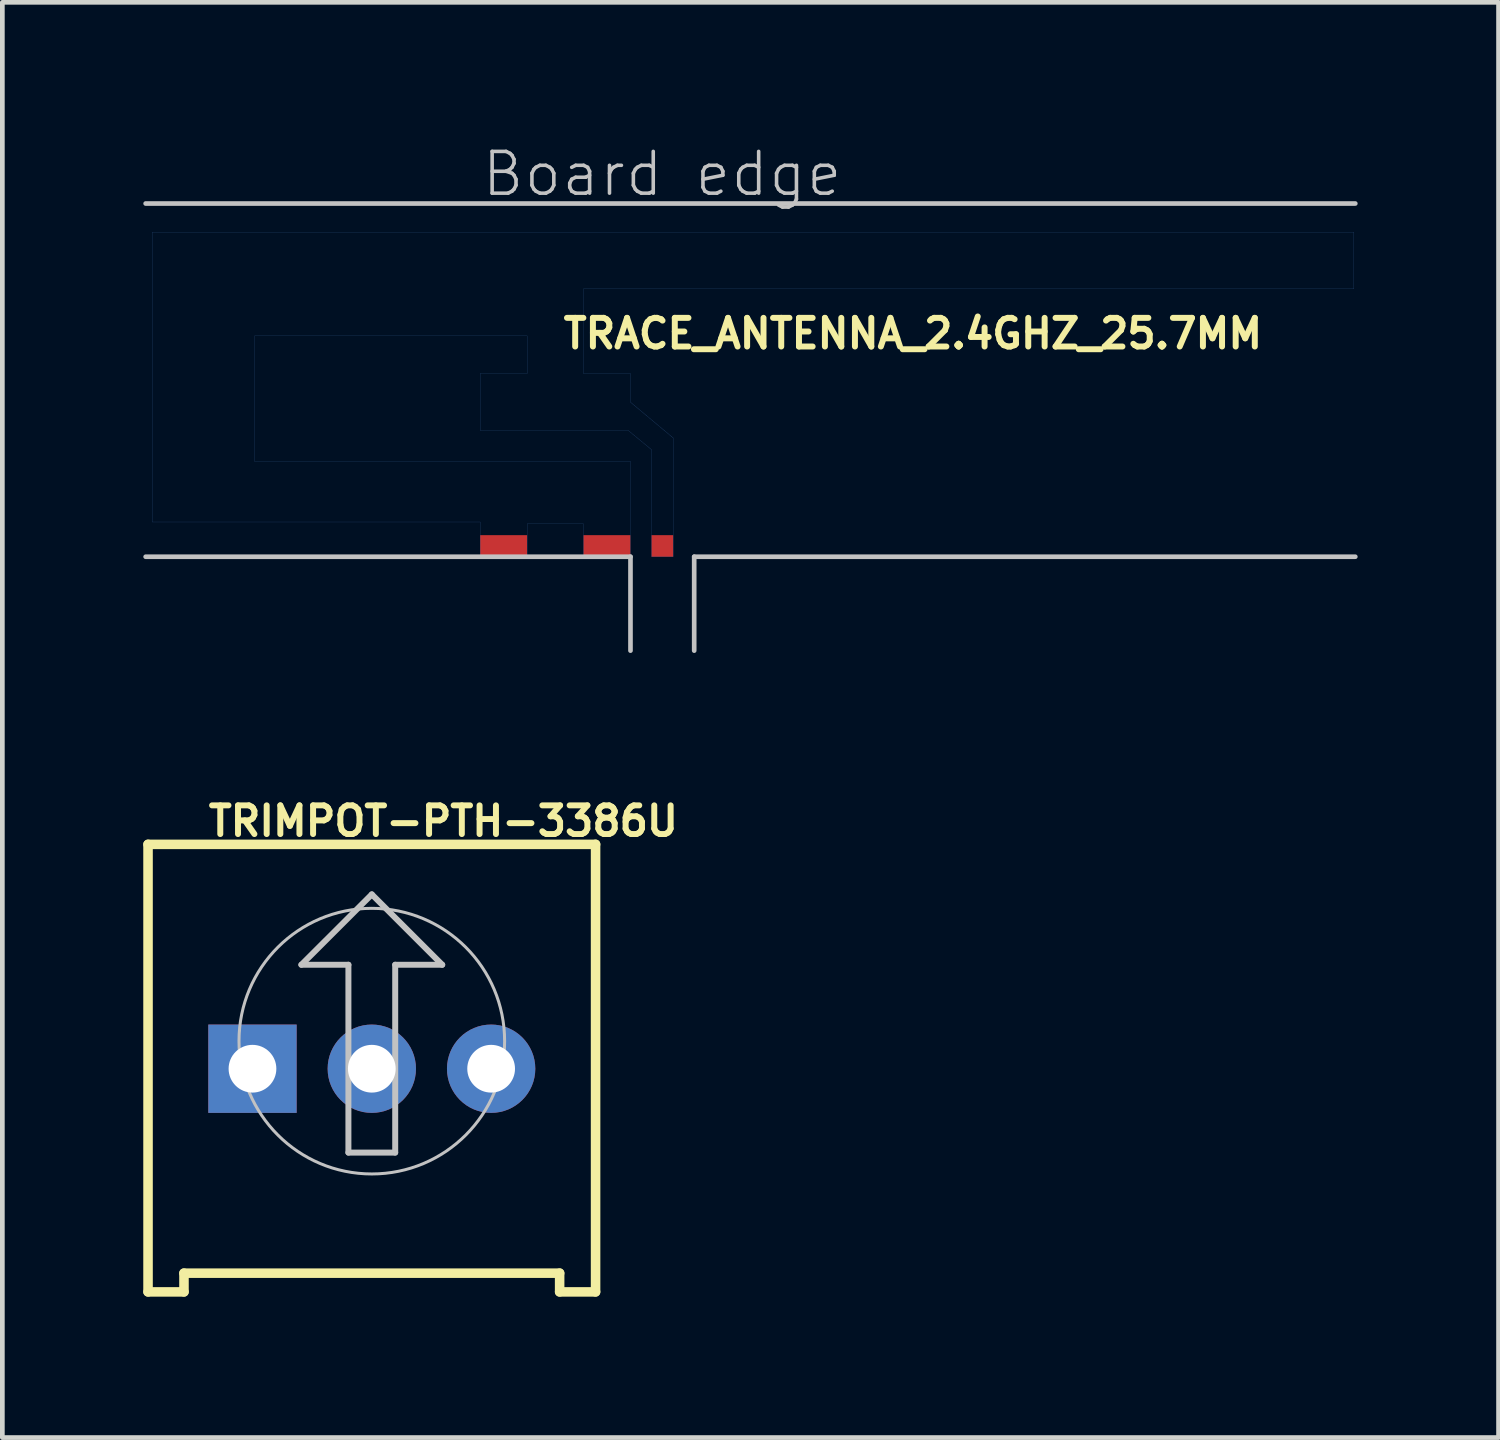
<source format=kicad_pcb>
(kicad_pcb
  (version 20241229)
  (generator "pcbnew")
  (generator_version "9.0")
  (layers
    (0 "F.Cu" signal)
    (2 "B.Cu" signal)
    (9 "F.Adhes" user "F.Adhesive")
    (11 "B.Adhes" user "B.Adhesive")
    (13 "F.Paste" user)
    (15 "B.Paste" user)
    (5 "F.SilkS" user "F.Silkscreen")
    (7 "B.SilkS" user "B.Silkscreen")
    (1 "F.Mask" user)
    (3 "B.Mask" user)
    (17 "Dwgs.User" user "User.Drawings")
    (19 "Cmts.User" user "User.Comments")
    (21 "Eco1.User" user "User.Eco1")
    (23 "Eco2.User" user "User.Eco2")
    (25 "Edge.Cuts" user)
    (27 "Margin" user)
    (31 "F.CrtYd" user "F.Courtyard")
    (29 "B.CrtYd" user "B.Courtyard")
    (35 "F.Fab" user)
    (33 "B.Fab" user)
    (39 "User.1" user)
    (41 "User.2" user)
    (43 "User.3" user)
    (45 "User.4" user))
  (footprint "TRACE_ANTENNA_2.4GHZ_25.7MM"
    (layer "F.Cu")
    (at 11.048 8.8)
    (property "Reference" "TRACE_ANTENNA_2.4GHZ_25.7MM" (at 5.334 -4.75 0) (layer "F.SilkS") (effects (font (size 0.61 0.61) (thickness 0.127))))
    (attr smd)
    (fp_line (start -10.858 -6.909) (end 14.719 -6.909) (stroke (width 0.003) (type solid)) (layer "B.Cu"))
    (fp_line (start -10.858 -0.739) (end -10.858 -6.909) (stroke (width 0.003) (type solid)) (layer "B.Cu"))
    (fp_line (start -8.679 -4.699) (end -8.679 -2.029) (stroke (width 0.003) (type solid)) (layer "B.Cu"))
    (fp_line (start -8.679 -2.029) (end -0.678 -2.029) (stroke (width 0.003) (type solid)) (layer "B.Cu"))
    (fp_line (start -3.879 -3.899) (end -2.878 -3.899) (stroke (width 0.003) (type solid)) (layer "B.Cu"))
    (fp_line (start -3.879 -2.69) (end -3.879 -3.899) (stroke (width 0.003) (type solid)) (layer "B.Cu"))
    (fp_line (start -3.879 -0.739) (end -10.858 -0.739) (stroke (width 0.003) (type solid)) (layer "B.Cu"))
    (fp_line (start -3.879 0) (end -3.879 -0.739) (stroke (width 0.003) (type solid)) (layer "B.Cu"))
    (fp_line (start -2.878 -4.699) (end -8.679 -4.699) (stroke (width 0.003) (type solid)) (layer "B.Cu"))
    (fp_line (start -2.878 -3.899) (end -2.878 -4.699) (stroke (width 0.003) (type solid)) (layer "B.Cu"))
    (fp_line (start -2.878 -0.699) (end -2.878 0) (stroke (width 0.003) (type solid)) (layer "B.Cu"))
    (fp_line (start -2.878 0) (end -3.879 0) (stroke (width 0.003) (type solid)) (layer "B.Cu"))
    (fp_line (start -1.679 -5.7) (end -1.679 -3.899) (stroke (width 0.003) (type solid)) (layer "B.Cu"))
    (fp_line (start -1.679 -3.899) (end -0.678 -3.899) (stroke (width 0.003) (type solid)) (layer "B.Cu"))
    (fp_line (start -1.679 -0.699) (end -2.878 -0.699) (stroke (width 0.003) (type solid)) (layer "B.Cu"))
    (fp_line (start -1.679 0) (end -1.679 -0.699) (stroke (width 0.003) (type solid)) (layer "B.Cu"))
    (fp_line (start -0.729 -2.69) (end -3.879 -2.69) (stroke (width 0.003) (type solid)) (layer "B.Cu"))
    (fp_line (start -0.678 -3.899) (end -0.678 -3.289) (stroke (width 0.003) (type solid)) (layer "B.Cu"))
    (fp_line (start -0.678 -3.289) (end 0.229 -2.53) (stroke (width 0.003) (type solid)) (layer "B.Cu"))
    (fp_line (start -0.678 -2.029) (end -0.678 0) (stroke (width 0.003) (type solid)) (layer "B.Cu"))
    (fp_line (start -0.678 0) (end -1.679 0) (stroke (width 0.003) (type solid)) (layer "B.Cu"))
    (fp_line (start -0.229 -2.278) (end -0.729 -2.69) (stroke (width 0.003) (type solid)) (layer "B.Cu"))
    (fp_line (start -0.229 0) (end -0.229 -2.278) (stroke (width 0.003) (type solid)) (layer "B.Cu"))
    (fp_line (start 0.229 -2.53) (end 0.229 0) (stroke (width 0.003) (type solid)) (layer "B.Cu"))
    (fp_line (start 0.229 0) (end -0.229 0) (stroke (width 0.003) (type solid)) (layer "B.Cu"))
    (fp_line (start 14.719 -6.909) (end 14.719 -5.7) (stroke (width 0.003) (type solid)) (layer "B.Cu"))
    (fp_line (start 14.719 -5.7) (end -1.679 -5.7) (stroke (width 0.003) (type solid)) (layer "B.Cu"))
    (fp_line (start -10.998 -7.518) (end 14.75 -7.518) (stroke (width 0.099) (type solid)) (layer "Dwgs.User"))
    (fp_line (start -0.678 0) (end -10.998 0) (stroke (width 0.099) (type solid)) (layer "Dwgs.User"))
    (fp_line (start -0.678 1.999) (end -0.678 0) (stroke (width 0.099) (type solid)) (layer "Dwgs.User"))
    (fp_line (start 0.678 0) (end 0.678 1.999) (stroke (width 0.099) (type solid)) (layer "Dwgs.User"))
    (fp_line (start 0.678 0) (end 14.75 0) (stroke (width 0.099) (type solid)) (layer "Dwgs.User"))
    (fp_text user "Board edge" (at -0.003 -8.146 0) (layer "Dwgs.User") (effects (font (size 0.889 0.889) (thickness 0.076))))
    (pad "ANT" smd rect (at 0 -0.229) (size 0.46 0.46) (layers "F.Cu" "F.Mask" "F.Paste"))
    (pad "GND" smd rect (at -1.179 -0.229) (size 0.998 0.46) (layers "F.Cu" "F.Mask" "F.Paste"))
    (pad "GND2" smd rect (at -3.378 -0.229) (size 0.998 0.46) (layers "F.Cu" "F.Mask" "F.Paste")))
  (footprint "TRIMPOT-PTH-3386U"
    (layer "F.Cu")
    (at 4.864 19.685)
    (property "Reference" "TRIMPOT-PTH-3386U" (at 1.524 -5.258 0) (layer "F.SilkS") (effects (font (size 0.61 0.61) (thickness 0.127))))
    (attr exclude_from_pos_files exclude_from_bom)
    (fp_line (start -4.763 -4.763) (end -4.763 4.763) (stroke (width 0.203) (type solid)) (layer "F.SilkS"))
    (fp_line (start -4.763 4.763) (end -3.998 4.763) (stroke (width 0.203) (type solid)) (layer "F.SilkS"))
    (fp_line (start -3.998 4.364) (end 3.998 4.364) (stroke (width 0.203) (type solid)) (layer "F.SilkS"))
    (fp_line (start -3.998 4.763) (end -3.998 4.364) (stroke (width 0.203) (type solid)) (layer "F.SilkS"))
    (fp_line (start 3.998 4.364) (end 3.998 4.763) (stroke (width 0.203) (type solid)) (layer "F.SilkS"))
    (fp_line (start 3.998 4.763) (end 4.763 4.763) (stroke (width 0.203) (type solid)) (layer "F.SilkS"))
    (fp_line (start 4.763 -4.763) (end -4.763 -4.763) (stroke (width 0.203) (type solid)) (layer "F.SilkS"))
    (fp_line (start 4.763 4.763) (end 4.763 -4.763) (stroke (width 0.203) (type solid)) (layer "F.SilkS"))
    (fp_line (start -1.499 -2.2) (end -0.498 -2.2) (stroke (width 0.127) (type solid)) (layer "Dwgs.User"))
    (fp_line (start -0.498 -2.2) (end -0.498 1.798) (stroke (width 0.127) (type solid)) (layer "Dwgs.User"))
    (fp_line (start -0.498 1.798) (end 0.498 1.798) (stroke (width 0.127) (type solid)) (layer "Dwgs.User"))
    (fp_line (start 0 -3.698) (end -1.499 -2.2) (stroke (width 0.127) (type solid)) (layer "Dwgs.User"))
    (fp_line (start 0.498 -2.2) (end 1.499 -2.2) (stroke (width 0.127) (type solid)) (layer "Dwgs.User"))
    (fp_line (start 0.498 1.798) (end 0.498 -2.2) (stroke (width 0.127) (type solid)) (layer "Dwgs.User"))
    (fp_line (start 1.499 -2.2) (end 0 -3.698) (stroke (width 0.127) (type solid)) (layer "Dwgs.User"))
    (fp_circle (center 0 -0.574) (end -1.999 -2.573) (stroke (width 0.064) (type solid)) (fill no) (layer "Dwgs.User"))
    (pad "1" thru_hole rect (at -2.54 0.013) (size 1.88 1.88) (drill 1.016) (layers "*.Cu" "*.Paste" "*.Mask"))
    (pad "2" thru_hole circle (at 0 0.013) (size 1.88 1.88) (drill 1.016) (layers "*.Cu" "*.Paste" "*.Mask"))
    (pad "3" thru_hole circle (at 2.54 0.013) (size 1.88 1.88) (drill 1.016) (layers "*.Cu" "*.Paste" "*.Mask")))
  (gr_rect
    (start -3 -3)
    (end 28.847 27.549)
    (stroke (width 0.1) (type default))
    (fill no)
    (layer "Edge.Cuts")))
</source>
